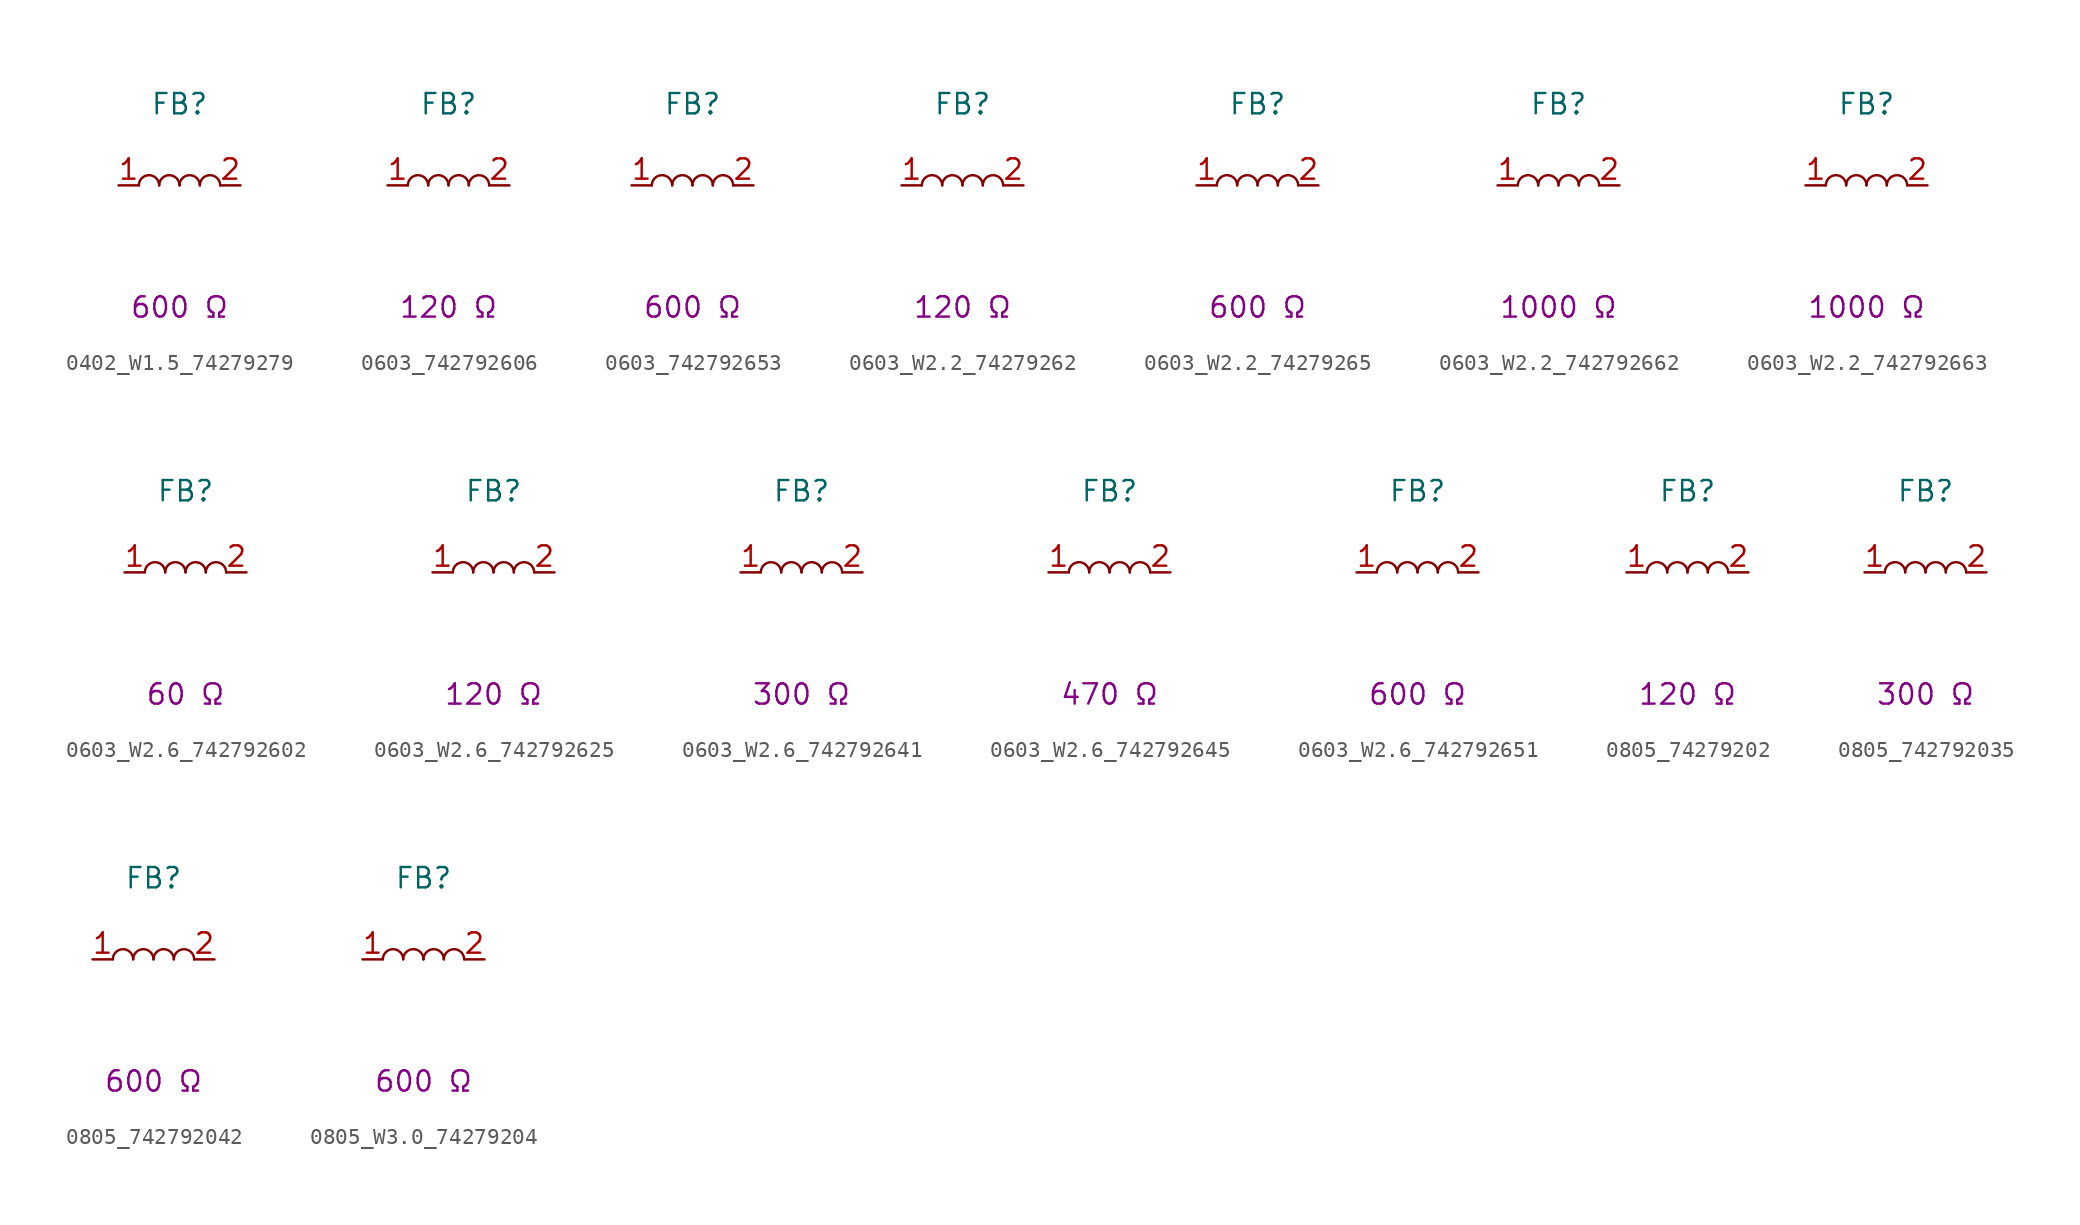
<source format=kicad_sym>
(kicad_symbol_lib
  (version 20220914)
  (generator kicad_symbol_editor)
  (symbol "0402_W1.5_74279279"
    (pin_names hide)
    (property "Reference" "FB"
      (at 0 5.08 0)
      (effects (font (size 1.27 1.27))))
    (property "Critical Parameter" "600 Ω"
      (at 0 -7.62 0)
      (effects (font (size 1.27 1.27))))
    (symbol "0402_W1.5_74279279_0_1"
      (arc (start -1.27 0) (mid -1.905 0.6323) (end -2.54 0) (stroke (width 0) (type default)) (fill (type none)))
      (arc (start 0 0) (mid -0.635 0.6323) (end -1.27 0) (stroke (width 0) (type default)) (fill (type none)))
      (arc (start 1.27 0) (mid 0.635 0.6323) (end 0 0) (stroke (width 0) (type default)) (fill (type none)))
      (arc (start 2.54 0) (mid 1.905 0.6323) (end 1.27 0) (stroke (width 0) (type default)) (fill (type none))))
    (symbol "0402_W1.5_74279279_1_1"
      (pin passive line (at -3.81 0 0) (length 1.27) (name "1" (effects (font (size 1.27 1.27)))) (number "1" (effects (font (size 1.27 1.27)))))
      (pin passive line (at 3.81 0 180) (length 1.27) (name "2" (effects (font (size 1.27 1.27)))) (number "2" (effects (font (size 1.27 1.27)))))))
  (symbol "0603_742792606"
    (pin_names hide)
    (property "Reference" "FB"
      (at 0 5.08 0)
      (effects (font (size 1.27 1.27))))
    (property "Critical Parameter" "120 Ω"
      (at 0 -7.62 0)
      (effects (font (size 1.27 1.27))))
    (symbol "0603_742792606_0_1"
      (arc (start -1.27 0) (mid -1.905 0.6323) (end -2.54 0) (stroke (width 0) (type default)) (fill (type none)))
      (arc (start 0 0) (mid -0.635 0.6323) (end -1.27 0) (stroke (width 0) (type default)) (fill (type none)))
      (arc (start 1.27 0) (mid 0.635 0.6323) (end 0 0) (stroke (width 0) (type default)) (fill (type none)))
      (arc (start 2.54 0) (mid 1.905 0.6323) (end 1.27 0) (stroke (width 0) (type default)) (fill (type none))))
    (symbol "0603_742792606_1_1"
      (pin passive line (at -3.81 0 0) (length 1.27) (name "1" (effects (font (size 1.27 1.27)))) (number "1" (effects (font (size 1.27 1.27)))))
      (pin passive line (at 3.81 0 180) (length 1.27) (name "2" (effects (font (size 1.27 1.27)))) (number "2" (effects (font (size 1.27 1.27)))))))
  (symbol "0603_742792653"
    (pin_names hide)
    (property "Reference" "FB"
      (at 0 5.08 0)
      (effects (font (size 1.27 1.27))))
    (property "Critical Parameter" "600 Ω"
      (at 0 -7.62 0)
      (effects (font (size 1.27 1.27))))
    (symbol "0603_742792653_0_1"
      (arc (start -1.27 0) (mid -1.905 0.6323) (end -2.54 0) (stroke (width 0) (type default)) (fill (type none)))
      (arc (start 0 0) (mid -0.635 0.6323) (end -1.27 0) (stroke (width 0) (type default)) (fill (type none)))
      (arc (start 1.27 0) (mid 0.635 0.6323) (end 0 0) (stroke (width 0) (type default)) (fill (type none)))
      (arc (start 2.54 0) (mid 1.905 0.6323) (end 1.27 0) (stroke (width 0) (type default)) (fill (type none))))
    (symbol "0603_742792653_1_1"
      (pin passive line (at -3.81 0 0) (length 1.27) (name "1" (effects (font (size 1.27 1.27)))) (number "1" (effects (font (size 1.27 1.27)))))
      (pin passive line (at 3.81 0 180) (length 1.27) (name "2" (effects (font (size 1.27 1.27)))) (number "2" (effects (font (size 1.27 1.27)))))))
  (symbol "0603_W2.2_74279262"
    (pin_names hide)
    (property "Reference" "FB"
      (at 0 5.08 0)
      (effects (font (size 1.27 1.27))))
    (property "Critical Parameter" "120 Ω"
      (at 0 -7.62 0)
      (effects (font (size 1.27 1.27))))
    (symbol "0603_W2.2_74279262_0_1"
      (arc (start -1.27 0) (mid -1.905 0.6323) (end -2.54 0) (stroke (width 0) (type default)) (fill (type none)))
      (arc (start 0 0) (mid -0.635 0.6323) (end -1.27 0) (stroke (width 0) (type default)) (fill (type none)))
      (arc (start 1.27 0) (mid 0.635 0.6323) (end 0 0) (stroke (width 0) (type default)) (fill (type none)))
      (arc (start 2.54 0) (mid 1.905 0.6323) (end 1.27 0) (stroke (width 0) (type default)) (fill (type none))))
    (symbol "0603_W2.2_74279262_1_1"
      (pin passive line (at -3.81 0 0) (length 1.27) (name "1" (effects (font (size 1.27 1.27)))) (number "1" (effects (font (size 1.27 1.27)))))
      (pin passive line (at 3.81 0 180) (length 1.27) (name "2" (effects (font (size 1.27 1.27)))) (number "2" (effects (font (size 1.27 1.27)))))))
  (symbol "0603_W2.2_74279265"
    (pin_names hide)
    (property "Reference" "FB"
      (at 0 5.08 0)
      (effects (font (size 1.27 1.27))))
    (property "Critical Parameter" "600 Ω"
      (at 0 -7.62 0)
      (effects (font (size 1.27 1.27))))
    (symbol "0603_W2.2_74279265_0_1"
      (arc (start -1.27 0) (mid -1.905 0.6323) (end -2.54 0) (stroke (width 0) (type default)) (fill (type none)))
      (arc (start 0 0) (mid -0.635 0.6323) (end -1.27 0) (stroke (width 0) (type default)) (fill (type none)))
      (arc (start 1.27 0) (mid 0.635 0.6323) (end 0 0) (stroke (width 0) (type default)) (fill (type none)))
      (arc (start 2.54 0) (mid 1.905 0.6323) (end 1.27 0) (stroke (width 0) (type default)) (fill (type none))))
    (symbol "0603_W2.2_74279265_1_1"
      (pin passive line (at -3.81 0 0) (length 1.27) (name "1" (effects (font (size 1.27 1.27)))) (number "1" (effects (font (size 1.27 1.27)))))
      (pin passive line (at 3.81 0 180) (length 1.27) (name "2" (effects (font (size 1.27 1.27)))) (number "2" (effects (font (size 1.27 1.27)))))))
  (symbol "0603_W2.2_742792662"
    (pin_names hide)
    (property "Reference" "FB"
      (at 0 5.08 0)
      (effects (font (size 1.27 1.27))))
    (property "Critical Parameter" "1000 Ω"
      (at 0 -7.62 0)
      (effects (font (size 1.27 1.27))))
    (symbol "0603_W2.2_742792662_0_1"
      (arc (start -1.27 0) (mid -1.905 0.6323) (end -2.54 0) (stroke (width 0) (type default)) (fill (type none)))
      (arc (start 0 0) (mid -0.635 0.6323) (end -1.27 0) (stroke (width 0) (type default)) (fill (type none)))
      (arc (start 1.27 0) (mid 0.635 0.6323) (end 0 0) (stroke (width 0) (type default)) (fill (type none)))
      (arc (start 2.54 0) (mid 1.905 0.6323) (end 1.27 0) (stroke (width 0) (type default)) (fill (type none))))
    (symbol "0603_W2.2_742792662_1_1"
      (pin passive line (at -3.81 0 0) (length 1.27) (name "1" (effects (font (size 1.27 1.27)))) (number "1" (effects (font (size 1.27 1.27)))))
      (pin passive line (at 3.81 0 180) (length 1.27) (name "2" (effects (font (size 1.27 1.27)))) (number "2" (effects (font (size 1.27 1.27)))))))
  (symbol "0603_W2.2_742792663"
    (pin_names hide)
    (property "Reference" "FB"
      (at 0 5.08 0)
      (effects (font (size 1.27 1.27))))
    (property "Critical Parameter" "1000 Ω"
      (at 0 -7.62 0)
      (effects (font (size 1.27 1.27))))
    (symbol "0603_W2.2_742792663_0_1"
      (arc (start -1.27 0) (mid -1.905 0.6323) (end -2.54 0) (stroke (width 0) (type default)) (fill (type none)))
      (arc (start 0 0) (mid -0.635 0.6323) (end -1.27 0) (stroke (width 0) (type default)) (fill (type none)))
      (arc (start 1.27 0) (mid 0.635 0.6323) (end 0 0) (stroke (width 0) (type default)) (fill (type none)))
      (arc (start 2.54 0) (mid 1.905 0.6323) (end 1.27 0) (stroke (width 0) (type default)) (fill (type none))))
    (symbol "0603_W2.2_742792663_1_1"
      (pin passive line (at -3.81 0 0) (length 1.27) (name "1" (effects (font (size 1.27 1.27)))) (number "1" (effects (font (size 1.27 1.27)))))
      (pin passive line (at 3.81 0 180) (length 1.27) (name "2" (effects (font (size 1.27 1.27)))) (number "2" (effects (font (size 1.27 1.27)))))))
  (symbol "0603_W2.6_742792602"
    (pin_names hide)
    (property "Reference" "FB"
      (at 0 5.08 0)
      (effects (font (size 1.27 1.27))))
    (property "Critical Parameter" "60 Ω"
      (at 0 -7.62 0)
      (effects (font (size 1.27 1.27))))
    (symbol "0603_W2.6_742792602_0_1"
      (arc (start -1.27 0) (mid -1.905 0.6323) (end -2.54 0) (stroke (width 0) (type default)) (fill (type none)))
      (arc (start 0 0) (mid -0.635 0.6323) (end -1.27 0) (stroke (width 0) (type default)) (fill (type none)))
      (arc (start 1.27 0) (mid 0.635 0.6323) (end 0 0) (stroke (width 0) (type default)) (fill (type none)))
      (arc (start 2.54 0) (mid 1.905 0.6323) (end 1.27 0) (stroke (width 0) (type default)) (fill (type none))))
    (symbol "0603_W2.6_742792602_1_1"
      (pin passive line (at -3.81 0 0) (length 1.27) (name "1" (effects (font (size 1.27 1.27)))) (number "1" (effects (font (size 1.27 1.27)))))
      (pin passive line (at 3.81 0 180) (length 1.27) (name "2" (effects (font (size 1.27 1.27)))) (number "2" (effects (font (size 1.27 1.27)))))))
  (symbol "0603_W2.6_742792625"
    (pin_names hide)
    (property "Reference" "FB"
      (at 0 5.08 0)
      (effects (font (size 1.27 1.27))))
    (property "Critical Parameter" "120 Ω"
      (at 0 -7.62 0)
      (effects (font (size 1.27 1.27))))
    (symbol "0603_W2.6_742792625_0_1"
      (arc (start -1.27 0) (mid -1.905 0.6323) (end -2.54 0) (stroke (width 0) (type default)) (fill (type none)))
      (arc (start 0 0) (mid -0.635 0.6323) (end -1.27 0) (stroke (width 0) (type default)) (fill (type none)))
      (arc (start 1.27 0) (mid 0.635 0.6323) (end 0 0) (stroke (width 0) (type default)) (fill (type none)))
      (arc (start 2.54 0) (mid 1.905 0.6323) (end 1.27 0) (stroke (width 0) (type default)) (fill (type none))))
    (symbol "0603_W2.6_742792625_1_1"
      (pin passive line (at -3.81 0 0) (length 1.27) (name "1" (effects (font (size 1.27 1.27)))) (number "1" (effects (font (size 1.27 1.27)))))
      (pin passive line (at 3.81 0 180) (length 1.27) (name "2" (effects (font (size 1.27 1.27)))) (number "2" (effects (font (size 1.27 1.27)))))))
  (symbol "0603_W2.6_742792641"
    (pin_names hide)
    (property "Reference" "FB"
      (at 0 5.08 0)
      (effects (font (size 1.27 1.27))))
    (property "Critical Parameter" "300 Ω"
      (at 0 -7.62 0)
      (effects (font (size 1.27 1.27))))
    (symbol "0603_W2.6_742792641_0_1"
      (arc (start -1.27 0) (mid -1.905 0.6323) (end -2.54 0) (stroke (width 0) (type default)) (fill (type none)))
      (arc (start 0 0) (mid -0.635 0.6323) (end -1.27 0) (stroke (width 0) (type default)) (fill (type none)))
      (arc (start 1.27 0) (mid 0.635 0.6323) (end 0 0) (stroke (width 0) (type default)) (fill (type none)))
      (arc (start 2.54 0) (mid 1.905 0.6323) (end 1.27 0) (stroke (width 0) (type default)) (fill (type none))))
    (symbol "0603_W2.6_742792641_1_1"
      (pin passive line (at -3.81 0 0) (length 1.27) (name "1" (effects (font (size 1.27 1.27)))) (number "1" (effects (font (size 1.27 1.27)))))
      (pin passive line (at 3.81 0 180) (length 1.27) (name "2" (effects (font (size 1.27 1.27)))) (number "2" (effects (font (size 1.27 1.27)))))))
  (symbol "0603_W2.6_742792645"
    (pin_names hide)
    (property "Reference" "FB"
      (at 0 5.08 0)
      (effects (font (size 1.27 1.27))))
    (property "Critical Parameter" "470 Ω"
      (at 0 -7.62 0)
      (effects (font (size 1.27 1.27))))
    (symbol "0603_W2.6_742792645_0_1"
      (arc (start -1.27 0) (mid -1.905 0.6323) (end -2.54 0) (stroke (width 0) (type default)) (fill (type none)))
      (arc (start 0 0) (mid -0.635 0.6323) (end -1.27 0) (stroke (width 0) (type default)) (fill (type none)))
      (arc (start 1.27 0) (mid 0.635 0.6323) (end 0 0) (stroke (width 0) (type default)) (fill (type none)))
      (arc (start 2.54 0) (mid 1.905 0.6323) (end 1.27 0) (stroke (width 0) (type default)) (fill (type none))))
    (symbol "0603_W2.6_742792645_1_1"
      (pin passive line (at -3.81 0 0) (length 1.27) (name "1" (effects (font (size 1.27 1.27)))) (number "1" (effects (font (size 1.27 1.27)))))
      (pin passive line (at 3.81 0 180) (length 1.27) (name "2" (effects (font (size 1.27 1.27)))) (number "2" (effects (font (size 1.27 1.27)))))))
  (symbol "0603_W2.6_742792651"
    (pin_names hide)
    (property "Reference" "FB"
      (at 0 5.08 0)
      (effects (font (size 1.27 1.27))))
    (property "Critical Parameter" "600 Ω"
      (at 0 -7.62 0)
      (effects (font (size 1.27 1.27))))
    (symbol "0603_W2.6_742792651_0_1"
      (arc (start -1.27 0) (mid -1.905 0.6323) (end -2.54 0) (stroke (width 0) (type default)) (fill (type none)))
      (arc (start 0 0) (mid -0.635 0.6323) (end -1.27 0) (stroke (width 0) (type default)) (fill (type none)))
      (arc (start 1.27 0) (mid 0.635 0.6323) (end 0 0) (stroke (width 0) (type default)) (fill (type none)))
      (arc (start 2.54 0) (mid 1.905 0.6323) (end 1.27 0) (stroke (width 0) (type default)) (fill (type none))))
    (symbol "0603_W2.6_742792651_1_1"
      (pin passive line (at -3.81 0 0) (length 1.27) (name "1" (effects (font (size 1.27 1.27)))) (number "1" (effects (font (size 1.27 1.27)))))
      (pin passive line (at 3.81 0 180) (length 1.27) (name "2" (effects (font (size 1.27 1.27)))) (number "2" (effects (font (size 1.27 1.27)))))))
  (symbol "0805_74279202"
    (pin_names hide)
    (property "Reference" "FB"
      (at 0 5.08 0)
      (effects (font (size 1.27 1.27))))
    (property "Critical Parameter" "120 Ω"
      (at 0 -7.62 0)
      (effects (font (size 1.27 1.27))))
    (symbol "0805_74279202_0_1"
      (arc (start -1.27 0) (mid -1.905 0.6323) (end -2.54 0) (stroke (width 0) (type default)) (fill (type none)))
      (arc (start 0 0) (mid -0.635 0.6323) (end -1.27 0) (stroke (width 0) (type default)) (fill (type none)))
      (arc (start 1.27 0) (mid 0.635 0.6323) (end 0 0) (stroke (width 0) (type default)) (fill (type none)))
      (arc (start 2.54 0) (mid 1.905 0.6323) (end 1.27 0) (stroke (width 0) (type default)) (fill (type none))))
    (symbol "0805_74279202_1_1"
      (pin passive line (at -3.81 0 0) (length 1.27) (name "1" (effects (font (size 1.27 1.27)))) (number "1" (effects (font (size 1.27 1.27)))))
      (pin passive line (at 3.81 0 180) (length 1.27) (name "2" (effects (font (size 1.27 1.27)))) (number "2" (effects (font (size 1.27 1.27)))))))
  (symbol "0805_742792035"
    (pin_names hide)
    (property "Reference" "FB"
      (at 0 5.08 0)
      (effects (font (size 1.27 1.27))))
    (property "Critical Parameter" "300 Ω"
      (at 0 -7.62 0)
      (effects (font (size 1.27 1.27))))
    (symbol "0805_742792035_0_1"
      (arc (start -1.27 0) (mid -1.905 0.6323) (end -2.54 0) (stroke (width 0) (type default)) (fill (type none)))
      (arc (start 0 0) (mid -0.635 0.6323) (end -1.27 0) (stroke (width 0) (type default)) (fill (type none)))
      (arc (start 1.27 0) (mid 0.635 0.6323) (end 0 0) (stroke (width 0) (type default)) (fill (type none)))
      (arc (start 2.54 0) (mid 1.905 0.6323) (end 1.27 0) (stroke (width 0) (type default)) (fill (type none))))
    (symbol "0805_742792035_1_1"
      (pin passive line (at -3.81 0 0) (length 1.27) (name "1" (effects (font (size 1.27 1.27)))) (number "1" (effects (font (size 1.27 1.27)))))
      (pin passive line (at 3.81 0 180) (length 1.27) (name "2" (effects (font (size 1.27 1.27)))) (number "2" (effects (font (size 1.27 1.27)))))))
  (symbol "0805_742792042"
    (pin_names hide)
    (property "Reference" "FB"
      (at 0 5.08 0)
      (effects (font (size 1.27 1.27))))
    (property "Critical Parameter" "600 Ω"
      (at 0 -7.62 0)
      (effects (font (size 1.27 1.27))))
    (symbol "0805_742792042_0_1"
      (arc (start -1.27 0) (mid -1.905 0.6323) (end -2.54 0) (stroke (width 0) (type default)) (fill (type none)))
      (arc (start 0 0) (mid -0.635 0.6323) (end -1.27 0) (stroke (width 0) (type default)) (fill (type none)))
      (arc (start 1.27 0) (mid 0.635 0.6323) (end 0 0) (stroke (width 0) (type default)) (fill (type none)))
      (arc (start 2.54 0) (mid 1.905 0.6323) (end 1.27 0) (stroke (width 0) (type default)) (fill (type none))))
    (symbol "0805_742792042_1_1"
      (pin passive line (at -3.81 0 0) (length 1.27) (name "1" (effects (font (size 1.27 1.27)))) (number "1" (effects (font (size 1.27 1.27)))))
      (pin passive line (at 3.81 0 180) (length 1.27) (name "2" (effects (font (size 1.27 1.27)))) (number "2" (effects (font (size 1.27 1.27)))))))
  (symbol "0805_W3.0_74279204"
    (pin_names hide)
    (property "Reference" "FB"
      (at 0 5.08 0)
      (effects (font (size 1.27 1.27))))
    (property "Critical Parameter" "600 Ω"
      (at 0 -7.62 0)
      (effects (font (size 1.27 1.27))))
    (symbol "0805_W3.0_74279204_0_1"
      (arc (start -1.27 0) (mid -1.905 0.6323) (end -2.54 0) (stroke (width 0) (type default)) (fill (type none)))
      (arc (start 0 0) (mid -0.635 0.6323) (end -1.27 0) (stroke (width 0) (type default)) (fill (type none)))
      (arc (start 1.27 0) (mid 0.635 0.6323) (end 0 0) (stroke (width 0) (type default)) (fill (type none)))
      (arc (start 2.54 0) (mid 1.905 0.6323) (end 1.27 0) (stroke (width 0) (type default)) (fill (type none))))
    (symbol "0805_W3.0_74279204_1_1"
      (pin passive line (at -3.81 0 0) (length 1.27) (name "1" (effects (font (size 1.27 1.27)))) (number "1" (effects (font (size 1.27 1.27)))))
      (pin passive line (at 3.81 0 180) (length 1.27) (name "2" (effects (font (size 1.27 1.27)))) (number "2" (effects (font (size 1.27 1.27))))))))
</source>
